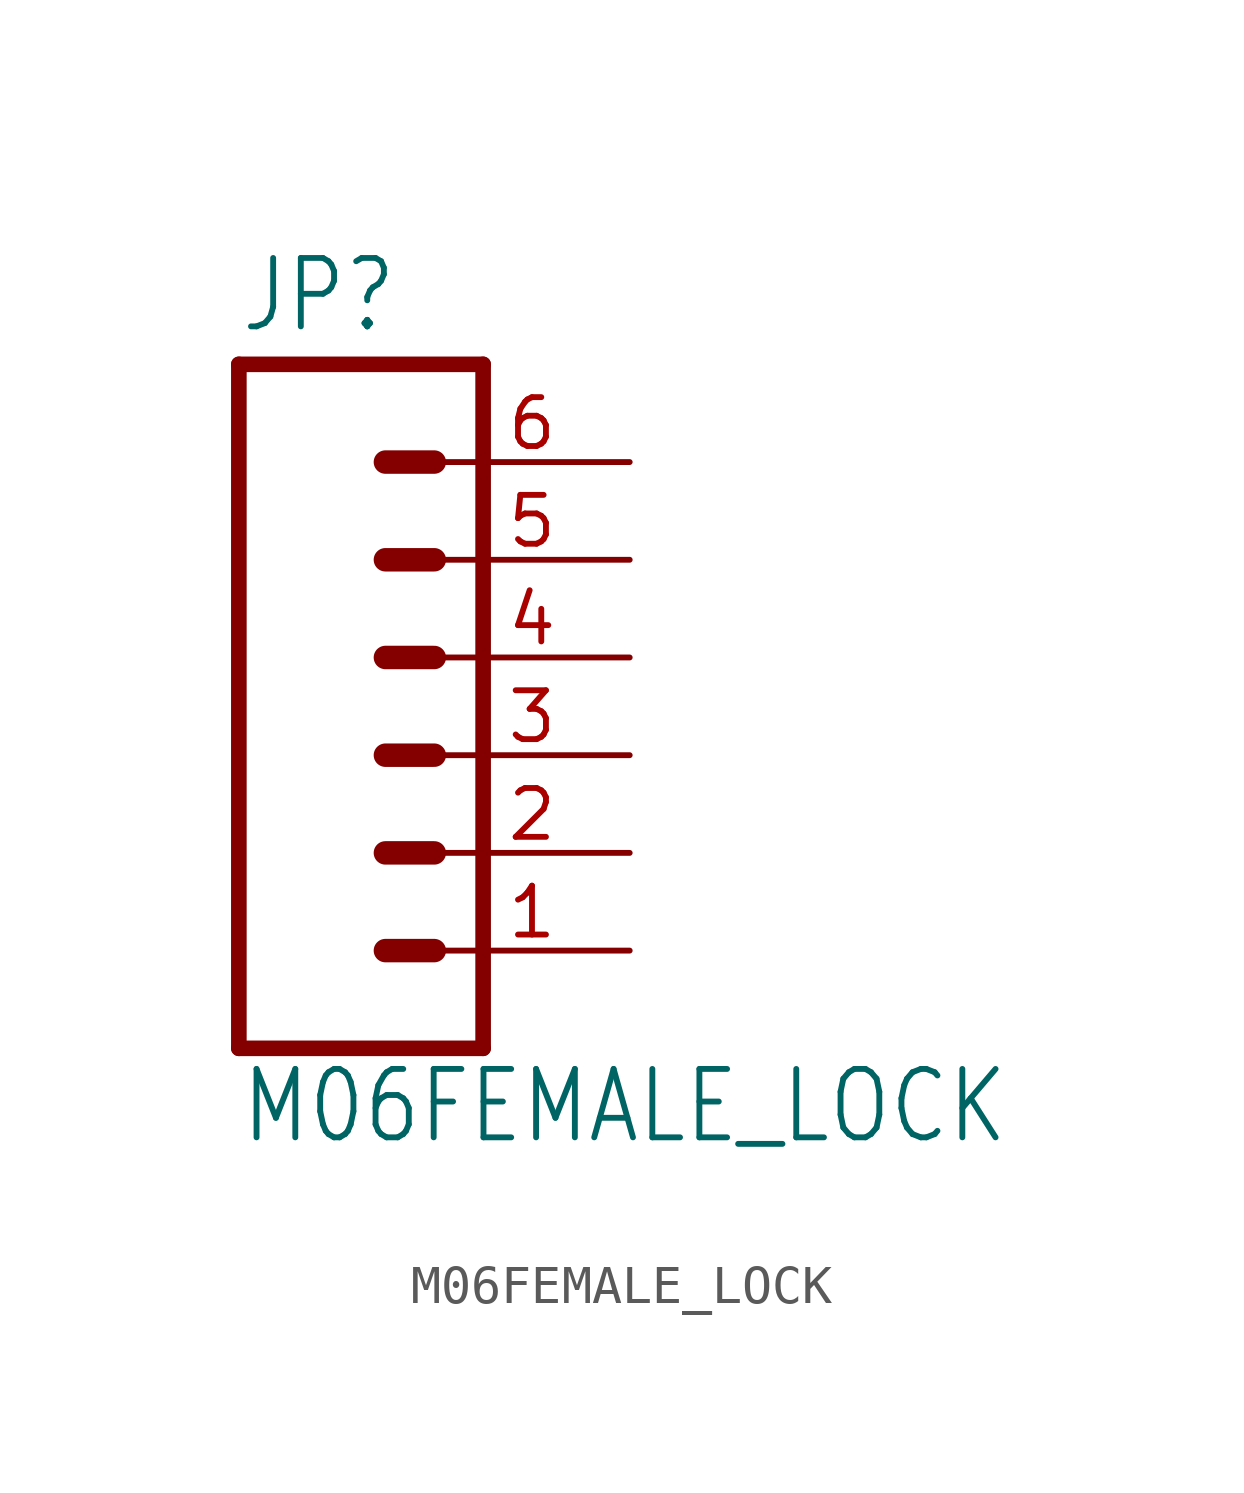
<source format=kicad_sym>
(kicad_symbol_lib
  (version 20211014)
  (generator kicad_symbol_editor)
  (symbol "M06FEMALE_LOCK"
    (property "Reference" "JP"
      (at -5.08 10.922 0)
      (effects (font (size 1.778 1.511)) (justify left bottom)))
    (property "Value" "M06FEMALE_LOCK"
      (at -5.08 -10.16 0)
      (effects (font (size 1.778 1.511)) (justify left bottom)))
    (property "ki_locked" ""
      (at 0 0 0)
      (effects (font (size 1.27 1.27))))
    (symbol "M06FEMALE_LOCK_1_0"
      (polyline (pts (xy -5.08 10.16) (xy -5.08 -7.62)) (stroke (width 0.406) (type default) (color 0 0 0 0)) (fill (type none)))
      (polyline (pts (xy -5.08 10.16) (xy 1.27 10.16)) (stroke (width 0.406) (type default) (color 0 0 0 0)) (fill (type none)))
      (polyline (pts (xy -1.27 -5.08) (xy 0 -5.08)) (stroke (width 0.61) (type default) (color 0 0 0 0)) (fill (type none)))
      (polyline (pts (xy -1.27 -2.54) (xy 0 -2.54)) (stroke (width 0.61) (type default) (color 0 0 0 0)) (fill (type none)))
      (polyline (pts (xy -1.27 0) (xy 0 0)) (stroke (width 0.61) (type default) (color 0 0 0 0)) (fill (type none)))
      (polyline (pts (xy -1.27 2.54) (xy 0 2.54)) (stroke (width 0.61) (type default) (color 0 0 0 0)) (fill (type none)))
      (polyline (pts (xy -1.27 5.08) (xy 0 5.08)) (stroke (width 0.61) (type default) (color 0 0 0 0)) (fill (type none)))
      (polyline (pts (xy -1.27 7.62) (xy 0 7.62)) (stroke (width 0.61) (type default) (color 0 0 0 0)) (fill (type none)))
      (polyline (pts (xy 1.27 -7.62) (xy -5.08 -7.62)) (stroke (width 0.406) (type default) (color 0 0 0 0)) (fill (type none)))
      (polyline (pts (xy 1.27 -7.62) (xy 1.27 10.16)) (stroke (width 0.406) (type default) (color 0 0 0 0)) (fill (type none)))
      (pin passive line (at 5.08 -5.08 180) (length 5.08) (name "1" (effects (font (size 0 0)))) (number "1" (effects (font (size 1.27 1.27)))))
      (pin passive line (at 5.08 -2.54 180) (length 5.08) (name "2" (effects (font (size 0 0)))) (number "2" (effects (font (size 1.27 1.27)))))
      (pin passive line (at 5.08 0 180) (length 5.08) (name "3" (effects (font (size 0 0)))) (number "3" (effects (font (size 1.27 1.27)))))
      (pin passive line (at 5.08 2.54 180) (length 5.08) (name "4" (effects (font (size 0 0)))) (number "4" (effects (font (size 1.27 1.27)))))
      (pin passive line (at 5.08 5.08 180) (length 5.08) (name "5" (effects (font (size 0 0)))) (number "5" (effects (font (size 1.27 1.27)))))
      (pin passive line (at 5.08 7.62 180) (length 5.08) (name "6" (effects (font (size 0 0)))) (number "6" (effects (font (size 1.27 1.27))))))))
</source>
